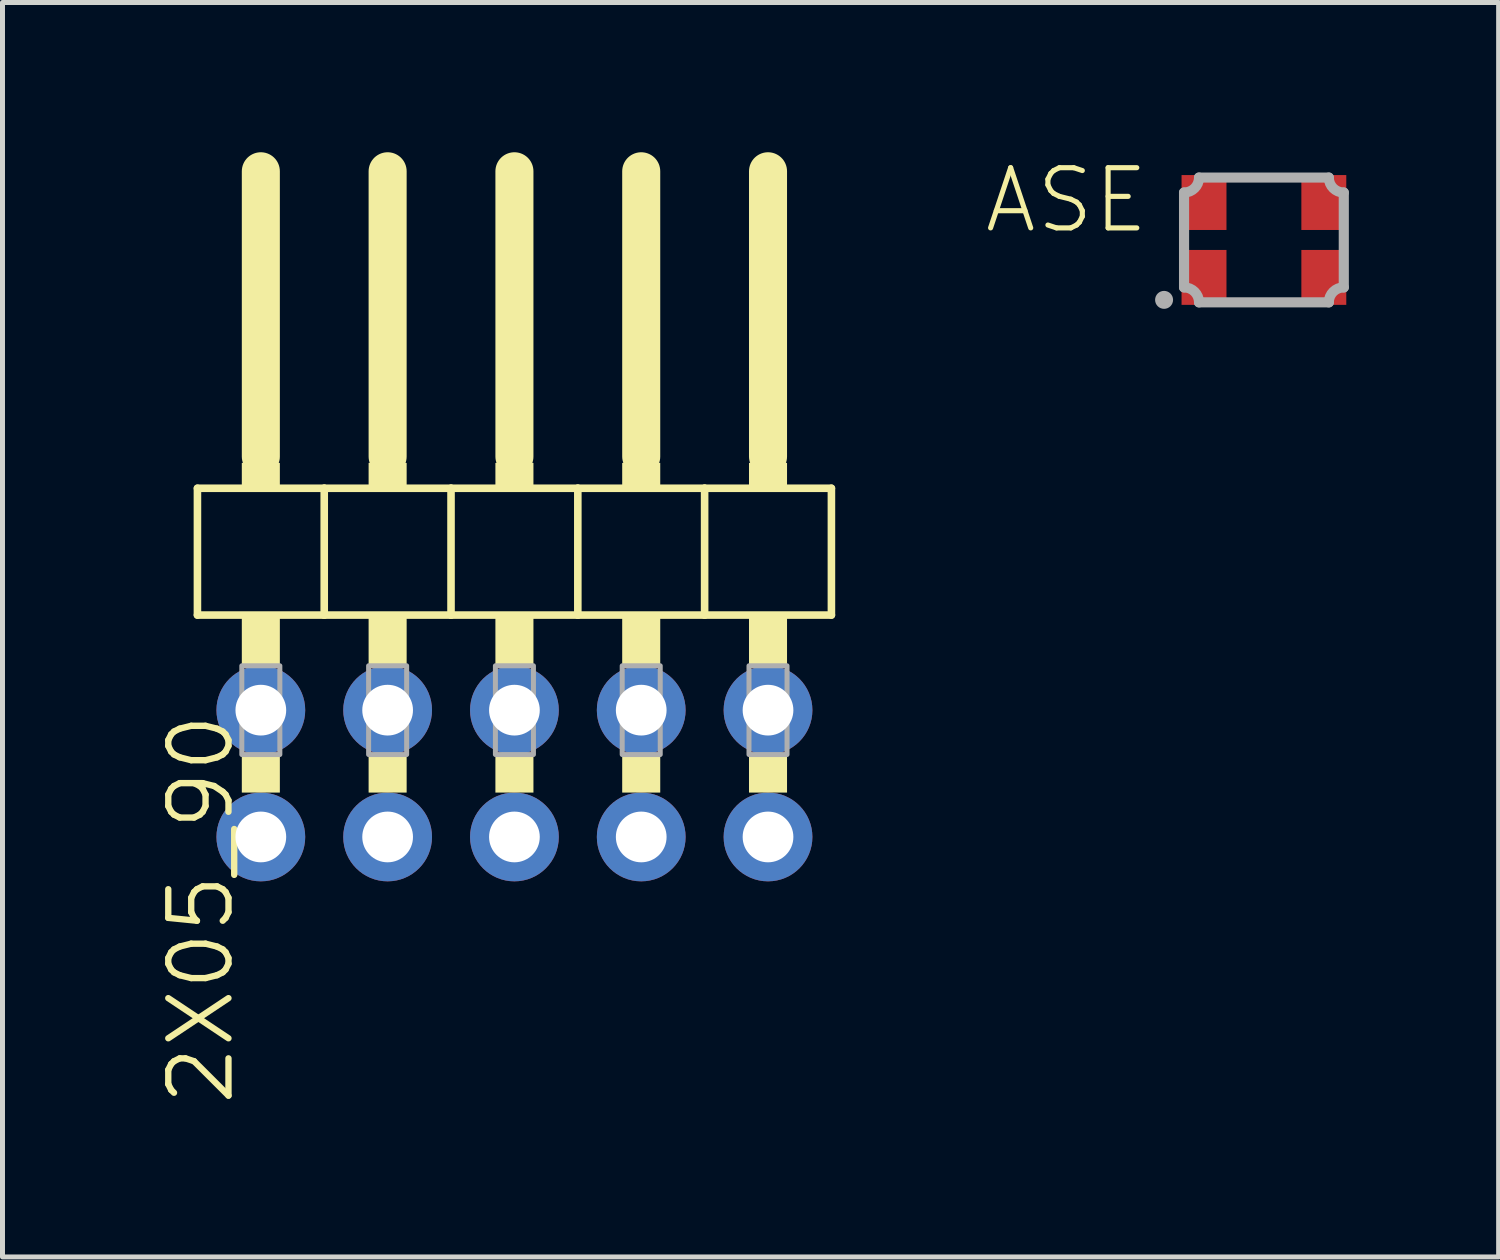
<source format=kicad_pcb>
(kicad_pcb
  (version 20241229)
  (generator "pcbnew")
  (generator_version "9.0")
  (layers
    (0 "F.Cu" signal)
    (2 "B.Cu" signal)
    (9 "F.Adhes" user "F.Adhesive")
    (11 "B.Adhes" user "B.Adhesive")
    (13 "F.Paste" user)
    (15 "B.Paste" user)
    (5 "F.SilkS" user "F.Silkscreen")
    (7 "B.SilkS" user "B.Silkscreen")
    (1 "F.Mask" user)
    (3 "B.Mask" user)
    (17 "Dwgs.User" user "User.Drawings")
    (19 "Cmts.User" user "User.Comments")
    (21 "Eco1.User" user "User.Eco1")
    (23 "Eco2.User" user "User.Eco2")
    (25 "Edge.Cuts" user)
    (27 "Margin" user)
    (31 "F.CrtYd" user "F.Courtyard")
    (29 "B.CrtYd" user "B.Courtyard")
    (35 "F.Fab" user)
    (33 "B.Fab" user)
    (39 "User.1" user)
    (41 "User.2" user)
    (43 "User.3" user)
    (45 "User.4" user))
  (footprint "ASE"
    (layer "F.Cu")
    (at 22.269 1.757)
    (property "Reference" "ASE" (at -2.25 -1.5 0) (layer "F.SilkS") (effects (font (size 1.206 1.206) (thickness 0.102)) (justify right top)))
    (attr through_hole)
    (fp_line (start -1.6 0.95) (end -1.6 -0.95) (stroke (width 0.203) (type solid)) (layer "F.Fab"))
    (fp_line (start -1.3 -1.25) (end 1.3 -1.25) (stroke (width 0.203) (type solid)) (layer "F.Fab"))
    (fp_line (start 1.3 1.25) (end -1.3 1.25) (stroke (width 0.203) (type solid)) (layer "F.Fab"))
    (fp_line (start 1.6 -0.95) (end 1.6 0.95) (stroke (width 0.203) (type solid)) (layer "F.Fab"))
    (fp_arc (start -1.6 0.95) (mid -1.387868 1.037868) (end -1.3 1.25) (stroke (width 0.2032) (type solid)) (layer "F.Fab"))
    (fp_arc (start -1.3 -1.25) (mid -1.387868 -1.037868) (end -1.6 -0.95) (stroke (width 0.2032) (type solid)) (layer "F.Fab"))
    (fp_arc (start 1.3 1.25) (mid 1.387868 1.037868) (end 1.6 0.95) (stroke (width 0.2032) (type solid)) (layer "F.Fab"))
    (fp_arc (start 1.6 -0.95) (mid 1.387868 -1.037868) (end 1.3 -1.25) (stroke (width 0.2032) (type solid)) (layer "F.Fab"))
    (fp_circle (center -2 1.2) (end -1.91 1.2) (stroke (width 0.18) (type solid)) (fill no) (layer "F.Fab"))
    (pad "1" smd rect (at -1.2 0.75) (size 0.9 1.1) (layers "F.Cu" "F.Mask" "F.Paste"))
    (pad "2" smd rect (at 1.2 0.75) (size 0.9 1.1) (layers "F.Cu" "F.Mask" "F.Paste"))
    (pad "3" smd rect (at 1.2 -0.75 180) (size 0.9 1.1) (layers "F.Cu" "F.Mask" "F.Paste"))
    (pad "4" smd rect (at -1.2 -0.75 180) (size 0.9 1.1) (layers "F.Cu" "F.Mask" "F.Paste")))
  (footprint "2X05_90"
    (layer "F.Cu")
    (at 7.255 7.366)
    (property "Reference" "2X05_90" (at -6.985 3.81 90) (layer "F.SilkS") (effects (font (size 1.206 1.206) (thickness 0.127)) (justify right top)))
    (attr through_hole)
    (fp_line (start -6.35 -0.635) (end -6.35 1.905) (stroke (width 0.152) (type solid)) (layer "F.SilkS"))
    (fp_line (start -6.35 1.905) (end -3.81 1.905) (stroke (width 0.152) (type solid)) (layer "F.SilkS"))
    (fp_line (start -5.08 -6.985) (end -5.08 -1.27) (stroke (width 0.762) (type solid)) (layer "F.SilkS"))
    (fp_line (start -3.81 -0.635) (end -6.35 -0.635) (stroke (width 0.152) (type solid)) (layer "F.SilkS"))
    (fp_line (start -3.81 1.905) (end -3.81 -0.635) (stroke (width 0.152) (type solid)) (layer "F.SilkS"))
    (fp_line (start -3.81 1.905) (end -1.27 1.905) (stroke (width 0.152) (type solid)) (layer "F.SilkS"))
    (fp_line (start -2.54 -6.985) (end -2.54 -1.27) (stroke (width 0.762) (type solid)) (layer "F.SilkS"))
    (fp_line (start -1.27 -0.635) (end -3.81 -0.635) (stroke (width 0.152) (type solid)) (layer "F.SilkS"))
    (fp_line (start -1.27 1.905) (end -1.27 -0.635) (stroke (width 0.152) (type solid)) (layer "F.SilkS"))
    (fp_line (start -1.27 1.905) (end 1.27 1.905) (stroke (width 0.152) (type solid)) (layer "F.SilkS"))
    (fp_line (start 0 -6.985) (end 0 -1.27) (stroke (width 0.762) (type solid)) (layer "F.SilkS"))
    (fp_line (start 1.27 -0.635) (end -1.27 -0.635) (stroke (width 0.152) (type solid)) (layer "F.SilkS"))
    (fp_line (start 1.27 1.905) (end 1.27 -0.635) (stroke (width 0.152) (type solid)) (layer "F.SilkS"))
    (fp_line (start 1.27 1.905) (end 3.81 1.905) (stroke (width 0.152) (type solid)) (layer "F.SilkS"))
    (fp_line (start 2.54 -6.985) (end 2.54 -1.27) (stroke (width 0.762) (type solid)) (layer "F.SilkS"))
    (fp_line (start 3.81 -0.635) (end 1.27 -0.635) (stroke (width 0.152) (type solid)) (layer "F.SilkS"))
    (fp_line (start 3.81 1.905) (end 3.81 -0.635) (stroke (width 0.152) (type solid)) (layer "F.SilkS"))
    (fp_line (start 3.81 1.905) (end 6.35 1.905) (stroke (width 0.152) (type solid)) (layer "F.SilkS"))
    (fp_line (start 5.08 -6.985) (end 5.08 -1.27) (stroke (width 0.762) (type solid)) (layer "F.SilkS"))
    (fp_line (start 6.35 -0.635) (end 3.81 -0.635) (stroke (width 0.152) (type solid)) (layer "F.SilkS"))
    (fp_line (start 6.35 1.905) (end 6.35 -0.635) (stroke (width 0.152) (type solid)) (layer "F.SilkS"))
    (fp_poly (pts (xy -5.461 -0.635) (xy -4.699 -0.635) (xy -4.699 -1.143) (xy -5.461 -1.143)) (stroke (width 0) (type solid)) (fill yes) (layer "F.SilkS"))
    (fp_poly (pts (xy -5.461 2.921) (xy -4.699 2.921) (xy -4.699 1.905) (xy -5.461 1.905)) (stroke (width 0) (type solid)) (fill yes) (layer "F.SilkS"))
    (fp_poly (pts (xy -5.461 5.461) (xy -4.699 5.461) (xy -4.699 4.699) (xy -5.461 4.699)) (stroke (width 0) (type solid)) (fill yes) (layer "F.SilkS"))
    (fp_poly (pts (xy -2.921 -0.635) (xy -2.159 -0.635) (xy -2.159 -1.143) (xy -2.921 -1.143)) (stroke (width 0) (type solid)) (fill yes) (layer "F.SilkS"))
    (fp_poly (pts (xy -2.921 2.921) (xy -2.159 2.921) (xy -2.159 1.905) (xy -2.921 1.905)) (stroke (width 0) (type solid)) (fill yes) (layer "F.SilkS"))
    (fp_poly (pts (xy -2.921 5.461) (xy -2.159 5.461) (xy -2.159 4.699) (xy -2.921 4.699)) (stroke (width 0) (type solid)) (fill yes) (layer "F.SilkS"))
    (fp_poly (pts (xy -0.381 -0.635) (xy 0.381 -0.635) (xy 0.381 -1.143) (xy -0.381 -1.143)) (stroke (width 0) (type solid)) (fill yes) (layer "F.SilkS"))
    (fp_poly (pts (xy -0.381 2.921) (xy 0.381 2.921) (xy 0.381 1.905) (xy -0.381 1.905)) (stroke (width 0) (type solid)) (fill yes) (layer "F.SilkS"))
    (fp_poly (pts (xy -0.381 5.461) (xy 0.381 5.461) (xy 0.381 4.699) (xy -0.381 4.699)) (stroke (width 0) (type solid)) (fill yes) (layer "F.SilkS"))
    (fp_poly (pts (xy 2.159 -0.635) (xy 2.921 -0.635) (xy 2.921 -1.143) (xy 2.159 -1.143)) (stroke (width 0) (type solid)) (fill yes) (layer "F.SilkS"))
    (fp_poly (pts (xy 2.159 2.921) (xy 2.921 2.921) (xy 2.921 1.905) (xy 2.159 1.905)) (stroke (width 0) (type solid)) (fill yes) (layer "F.SilkS"))
    (fp_poly (pts (xy 2.159 5.461) (xy 2.921 5.461) (xy 2.921 4.699) (xy 2.159 4.699)) (stroke (width 0) (type solid)) (fill yes) (layer "F.SilkS"))
    (fp_poly (pts (xy 4.699 -0.635) (xy 5.461 -0.635) (xy 5.461 -1.143) (xy 4.699 -1.143)) (stroke (width 0) (type solid)) (fill yes) (layer "F.SilkS"))
    (fp_poly (pts (xy 4.699 2.921) (xy 5.461 2.921) (xy 5.461 1.905) (xy 4.699 1.905)) (stroke (width 0) (type solid)) (fill yes) (layer "F.SilkS"))
    (fp_poly (pts (xy 4.699 5.461) (xy 5.461 5.461) (xy 5.461 4.699) (xy 4.699 4.699)) (stroke (width 0) (type solid)) (fill yes) (layer "F.SilkS"))
    (fp_poly (pts (xy -5.461 4.699) (xy -4.699 4.699) (xy -4.699 2.921) (xy -5.461 2.921)) (stroke (width 0.1) (type solid)) (fill no) (layer "F.Fab"))
    (fp_poly (pts (xy -2.921 4.699) (xy -2.159 4.699) (xy -2.159 2.921) (xy -2.921 2.921)) (stroke (width 0.1) (type solid)) (fill no) (layer "F.Fab"))
    (fp_poly (pts (xy -0.381 4.699) (xy 0.381 4.699) (xy 0.381 2.921) (xy -0.381 2.921)) (stroke (width 0.1) (type solid)) (fill no) (layer "F.Fab"))
    (fp_poly (pts (xy 2.159 4.699) (xy 2.921 4.699) (xy 2.921 2.921) (xy 2.159 2.921)) (stroke (width 0.1) (type solid)) (fill no) (layer "F.Fab"))
    (fp_poly (pts (xy 4.699 4.699) (xy 5.461 4.699) (xy 5.461 2.921) (xy 4.699 2.921)) (stroke (width 0.1) (type solid)) (fill no) (layer "F.Fab"))
    (pad "1" thru_hole circle (at -5.08 6.35) (size 1.778 1.778) (drill 1.016) (layers "*.Cu" "*.Mask"))
    (pad "2" thru_hole circle (at -5.08 3.81) (size 1.778 1.778) (drill 1.016) (layers "*.Cu" "*.Mask"))
    (pad "3" thru_hole circle (at -2.54 6.35) (size 1.778 1.778) (drill 1.016) (layers "*.Cu" "*.Mask"))
    (pad "4" thru_hole circle (at -2.54 3.81) (size 1.778 1.778) (drill 1.016) (layers "*.Cu" "*.Mask"))
    (pad "5" thru_hole circle (at 0 6.35) (size 1.778 1.778) (drill 1.016) (layers "*.Cu" "*.Mask"))
    (pad "6" thru_hole circle (at 0 3.81) (size 1.778 1.778) (drill 1.016) (layers "*.Cu" "*.Mask"))
    (pad "7" thru_hole circle (at 2.54 6.35) (size 1.778 1.778) (drill 1.016) (layers "*.Cu" "*.Mask"))
    (pad "8" thru_hole circle (at 2.54 3.81) (size 1.778 1.778) (drill 1.016) (layers "*.Cu" "*.Mask"))
    (pad "9" thru_hole circle (at 5.08 6.35) (size 1.778 1.778) (drill 1.016) (layers "*.Cu" "*.Mask"))
    (pad "10" thru_hole circle (at 5.08 3.81) (size 1.778 1.778) (drill 1.016) (layers "*.Cu" "*.Mask")))
  (gr_rect
    (start -3 -3)
    (end 26.971 22.129)
    (stroke (width 0.1) (type default))
    (fill no)
    (layer "Edge.Cuts")))
</source>
